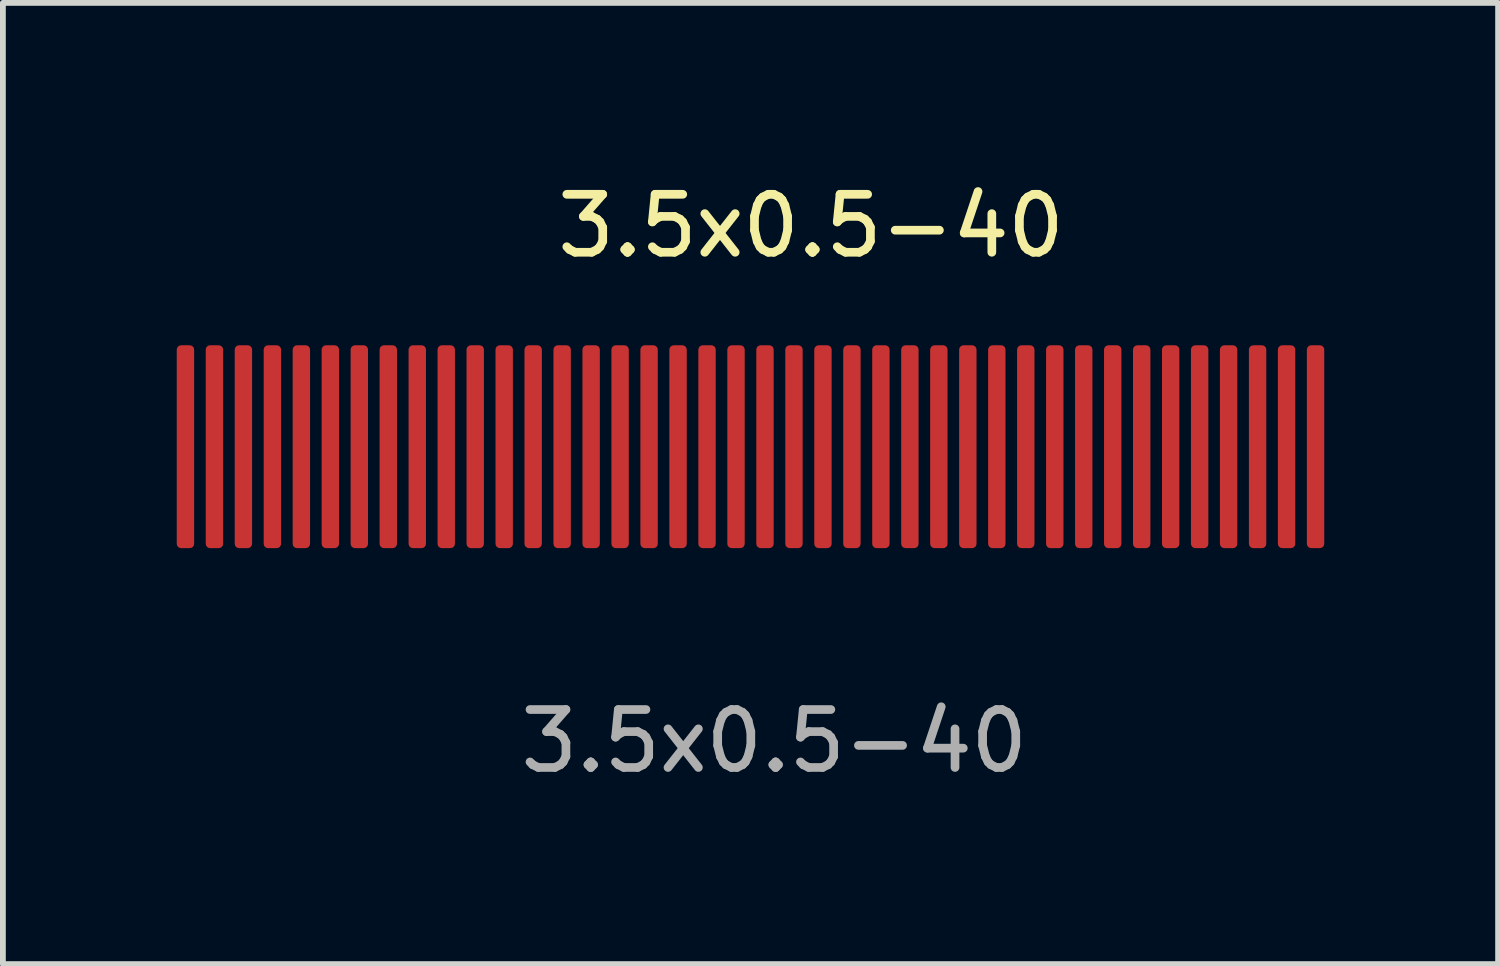
<source format=kicad_pcb>
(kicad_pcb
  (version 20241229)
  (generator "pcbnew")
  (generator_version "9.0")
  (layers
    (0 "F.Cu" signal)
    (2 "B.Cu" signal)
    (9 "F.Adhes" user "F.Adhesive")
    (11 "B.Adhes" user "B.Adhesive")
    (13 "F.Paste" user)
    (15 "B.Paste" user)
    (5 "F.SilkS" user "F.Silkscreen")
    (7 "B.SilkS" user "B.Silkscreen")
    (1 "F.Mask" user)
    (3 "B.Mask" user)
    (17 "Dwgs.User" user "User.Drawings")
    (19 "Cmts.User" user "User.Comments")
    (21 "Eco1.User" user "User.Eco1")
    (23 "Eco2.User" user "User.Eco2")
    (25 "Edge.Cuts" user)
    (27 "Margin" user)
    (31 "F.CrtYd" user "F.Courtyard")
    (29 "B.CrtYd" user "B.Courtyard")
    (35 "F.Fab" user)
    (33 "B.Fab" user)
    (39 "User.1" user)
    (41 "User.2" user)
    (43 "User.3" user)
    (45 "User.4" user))
  (footprint "3.5x0.5-40"
    (layer "F.Cu")
    (at 9.65 4.658)
    (property "Reference" "3.5x0.5-40" (at 1.295 -3.81 0) (unlocked yes) (layer "F.SilkS") (effects (font (size 1 1) (thickness 0.15))))
    (attr smd)
    (fp_text user "${REFERENCE}" (at 0.66 5.08 0) (unlocked yes) (layer "F.Fab") (effects (font (size 1 1) (thickness 0.15))))
    (pad "1" smd roundrect (at -9.5 0) (size 0.3 3.5) (layers "F.Cu" "F.Mask" "F.Paste") (roundrect_rratio 0.25))
    (pad "2" smd roundrect (at -9 0) (size 0.3 3.5) (layers "F.Cu" "F.Mask" "F.Paste") (roundrect_rratio 0.25))
    (pad "3" smd roundrect (at -8.5 0) (size 0.3 3.5) (layers "F.Cu" "F.Mask" "F.Paste") (roundrect_rratio 0.25))
    (pad "4" smd roundrect (at -8 0) (size 0.3 3.5) (layers "F.Cu" "F.Mask" "F.Paste") (roundrect_rratio 0.25))
    (pad "5" smd roundrect (at -7.5 0) (size 0.3 3.5) (layers "F.Cu" "F.Mask" "F.Paste") (roundrect_rratio 0.25))
    (pad "6" smd roundrect (at -7 0) (size 0.3 3.5) (layers "F.Cu" "F.Mask" "F.Paste") (roundrect_rratio 0.25))
    (pad "7" smd roundrect (at -6.5 0) (size 0.3 3.5) (layers "F.Cu" "F.Mask" "F.Paste") (roundrect_rratio 0.25))
    (pad "8" smd roundrect (at -6 0) (size 0.3 3.5) (layers "F.Cu" "F.Mask" "F.Paste") (roundrect_rratio 0.25))
    (pad "9" smd roundrect (at -5.5 0) (size 0.3 3.5) (layers "F.Cu" "F.Mask" "F.Paste") (roundrect_rratio 0.25))
    (pad "10" smd roundrect (at -5 0) (size 0.3 3.5) (layers "F.Cu" "F.Mask" "F.Paste") (roundrect_rratio 0.25))
    (pad "11" smd roundrect (at -4.5 0) (size 0.3 3.5) (layers "F.Cu" "F.Mask" "F.Paste") (roundrect_rratio 0.25))
    (pad "12" smd roundrect (at -4 0) (size 0.3 3.5) (layers "F.Cu" "F.Mask" "F.Paste") (roundrect_rratio 0.25))
    (pad "13" smd roundrect (at -3.5 0) (size 0.3 3.5) (layers "F.Cu" "F.Mask" "F.Paste") (roundrect_rratio 0.25))
    (pad "14" smd roundrect (at -3 0) (size 0.3 3.5) (layers "F.Cu" "F.Mask" "F.Paste") (roundrect_rratio 0.25))
    (pad "15" smd roundrect (at -2.5 0) (size 0.3 3.5) (layers "F.Cu" "F.Mask" "F.Paste") (roundrect_rratio 0.25))
    (pad "16" smd roundrect (at -2 0) (size 0.3 3.5) (layers "F.Cu" "F.Mask" "F.Paste") (roundrect_rratio 0.25))
    (pad "17" smd roundrect (at -1.5 0) (size 0.3 3.5) (layers "F.Cu" "F.Mask" "F.Paste") (roundrect_rratio 0.25))
    (pad "18" smd roundrect (at -1 0) (size 0.3 3.5) (layers "F.Cu" "F.Mask" "F.Paste") (roundrect_rratio 0.25))
    (pad "19" smd roundrect (at -0.5 0) (size 0.3 3.5) (layers "F.Cu" "F.Mask" "F.Paste") (roundrect_rratio 0.25))
    (pad "20" smd roundrect (at 0 0) (size 0.3 3.5) (layers "F.Cu" "F.Mask" "F.Paste") (roundrect_rratio 0.25))
    (pad "21" smd roundrect (at 0.5 0) (size 0.3 3.5) (layers "F.Cu" "F.Mask" "F.Paste") (roundrect_rratio 0.25))
    (pad "22" smd roundrect (at 1 0) (size 0.3 3.5) (layers "F.Cu" "F.Mask" "F.Paste") (roundrect_rratio 0.25))
    (pad "23" smd roundrect (at 1.5 0) (size 0.3 3.5) (layers "F.Cu" "F.Mask" "F.Paste") (roundrect_rratio 0.25))
    (pad "24" smd roundrect (at 2 0) (size 0.3 3.5) (layers "F.Cu" "F.Mask" "F.Paste") (roundrect_rratio 0.25))
    (pad "25" smd roundrect (at 2.5 0) (size 0.3 3.5) (layers "F.Cu" "F.Mask" "F.Paste") (roundrect_rratio 0.25))
    (pad "26" smd roundrect (at 3 0) (size 0.3 3.5) (layers "F.Cu" "F.Mask" "F.Paste") (roundrect_rratio 0.25))
    (pad "27" smd roundrect (at 3.5 0) (size 0.3 3.5) (layers "F.Cu" "F.Mask" "F.Paste") (roundrect_rratio 0.25))
    (pad "28" smd roundrect (at 4 0) (size 0.3 3.5) (layers "F.Cu" "F.Mask" "F.Paste") (roundrect_rratio 0.25))
    (pad "29" smd roundrect (at 4.5 0) (size 0.3 3.5) (layers "F.Cu" "F.Mask" "F.Paste") (roundrect_rratio 0.25))
    (pad "30" smd roundrect (at 5 0) (size 0.3 3.5) (layers "F.Cu" "F.Mask" "F.Paste") (roundrect_rratio 0.25))
    (pad "31" smd roundrect (at 5.5 0) (size 0.3 3.5) (layers "F.Cu" "F.Mask" "F.Paste") (roundrect_rratio 0.25))
    (pad "32" smd roundrect (at 6 0) (size 0.3 3.5) (layers "F.Cu" "F.Mask" "F.Paste") (roundrect_rratio 0.25))
    (pad "33" smd roundrect (at 6.5 0) (size 0.3 3.5) (layers "F.Cu" "F.Mask" "F.Paste") (roundrect_rratio 0.25))
    (pad "34" smd roundrect (at 7 0) (size 0.3 3.5) (layers "F.Cu" "F.Mask" "F.Paste") (roundrect_rratio 0.25))
    (pad "35" smd roundrect (at 7.5 0) (size 0.3 3.5) (layers "F.Cu" "F.Mask" "F.Paste") (roundrect_rratio 0.25))
    (pad "36" smd roundrect (at 8 0) (size 0.3 3.5) (layers "F.Cu" "F.Mask" "F.Paste") (roundrect_rratio 0.25))
    (pad "37" smd roundrect (at 8.5 0) (size 0.3 3.5) (layers "F.Cu" "F.Mask" "F.Paste") (roundrect_rratio 0.25))
    (pad "38" smd roundrect (at 9 0) (size 0.3 3.5) (layers "F.Cu" "F.Mask" "F.Paste") (roundrect_rratio 0.25))
    (pad "39" smd roundrect (at 9.5 0) (size 0.3 3.5) (layers "F.Cu" "F.Mask" "F.Paste") (roundrect_rratio 0.25))
    (pad "40" smd roundrect (at 10 0) (size 0.3 3.5) (layers "F.Cu" "F.Mask" "F.Paste") (roundrect_rratio 0.25)))
  (gr_rect
    (start -3 -3)
    (end 22.8 13.586)
    (stroke (width 0.1) (type default))
    (fill no)
    (layer "Edge.Cuts")))
</source>
